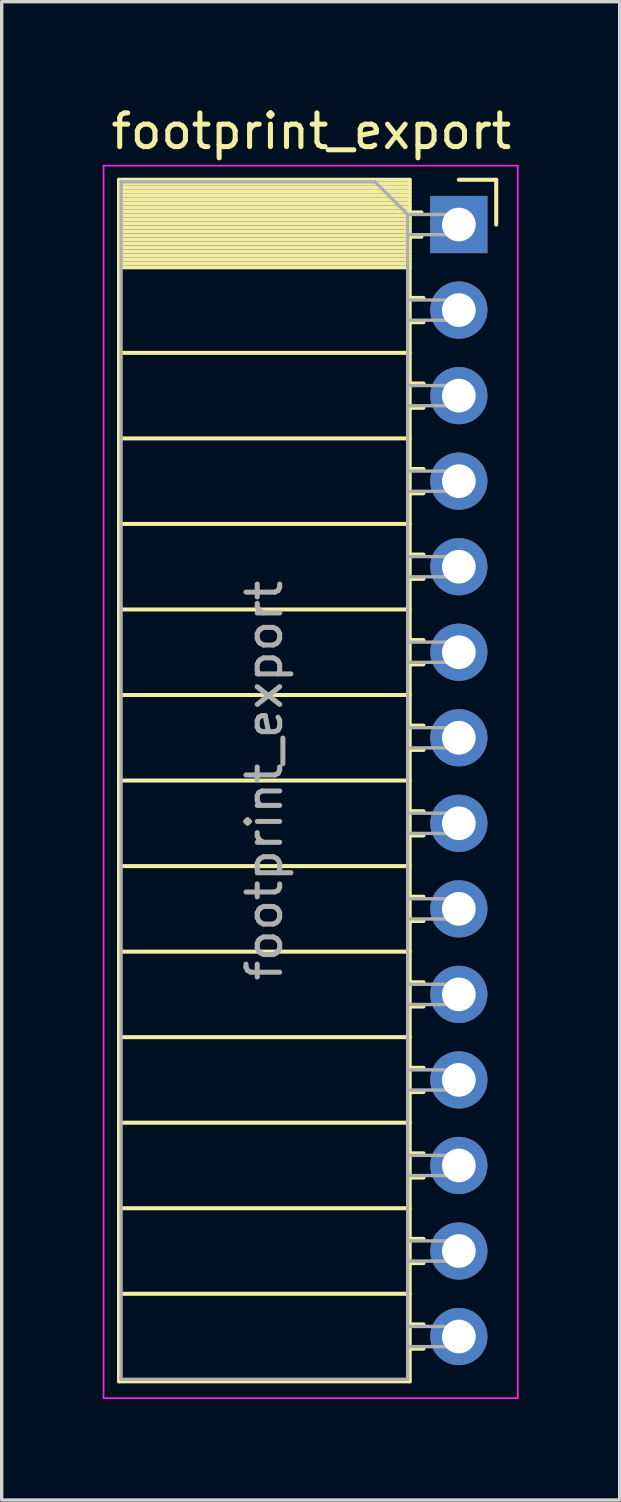
<source format=kicad_pcb>
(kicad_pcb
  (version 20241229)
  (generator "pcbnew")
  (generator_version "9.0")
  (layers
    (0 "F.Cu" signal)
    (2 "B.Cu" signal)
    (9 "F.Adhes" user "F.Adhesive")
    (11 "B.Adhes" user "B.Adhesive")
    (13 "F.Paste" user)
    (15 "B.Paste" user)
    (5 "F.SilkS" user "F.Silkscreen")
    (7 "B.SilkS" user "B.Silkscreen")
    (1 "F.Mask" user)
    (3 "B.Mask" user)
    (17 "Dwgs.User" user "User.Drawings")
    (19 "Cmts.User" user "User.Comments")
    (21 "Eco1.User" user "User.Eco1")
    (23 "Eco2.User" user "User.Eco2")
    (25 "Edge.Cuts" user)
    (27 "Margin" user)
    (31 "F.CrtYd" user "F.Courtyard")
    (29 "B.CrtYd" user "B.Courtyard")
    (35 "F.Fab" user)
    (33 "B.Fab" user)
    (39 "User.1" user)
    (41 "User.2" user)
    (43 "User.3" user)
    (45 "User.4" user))
  (footprint "footprint_export"
    (layer "F.Cu")
    (at 10.575 3.618)
    (property "Reference" "footprint_export" (at -4.38 -2.77 0) (layer "F.SilkS") (effects (font (size 1 1) (thickness 0.15))))
    (attr through_hole)
    (fp_line (start -10.09 -1.33) (end -10.09 34.35) (stroke (width 0.12) (type solid)) (layer "F.SilkS"))
    (fp_line (start -10.09 -1.33) (end -1.46 -1.33) (stroke (width 0.12) (type solid)) (layer "F.SilkS"))
    (fp_line (start -10.09 -1.21) (end -1.46 -1.21) (stroke (width 0.12) (type solid)) (layer "F.SilkS"))
    (fp_line (start -10.09 -1.092) (end -1.46 -1.092) (stroke (width 0.12) (type solid)) (layer "F.SilkS"))
    (fp_line (start -10.09 -0.974) (end -1.46 -0.974) (stroke (width 0.12) (type solid)) (layer "F.SilkS"))
    (fp_line (start -10.09 -0.856) (end -1.46 -0.856) (stroke (width 0.12) (type solid)) (layer "F.SilkS"))
    (fp_line (start -10.09 -0.738) (end -1.46 -0.738) (stroke (width 0.12) (type solid)) (layer "F.SilkS"))
    (fp_line (start -10.09 -0.62) (end -1.46 -0.62) (stroke (width 0.12) (type solid)) (layer "F.SilkS"))
    (fp_line (start -10.09 -0.501) (end -1.46 -0.501) (stroke (width 0.12) (type solid)) (layer "F.SilkS"))
    (fp_line (start -10.09 -0.383) (end -1.46 -0.383) (stroke (width 0.12) (type solid)) (layer "F.SilkS"))
    (fp_line (start -10.09 -0.265) (end -1.46 -0.265) (stroke (width 0.12) (type solid)) (layer "F.SilkS"))
    (fp_line (start -10.09 -0.147) (end -1.46 -0.147) (stroke (width 0.12) (type solid)) (layer "F.SilkS"))
    (fp_line (start -10.09 -0.029) (end -1.46 -0.029) (stroke (width 0.12) (type solid)) (layer "F.SilkS"))
    (fp_line (start -10.09 0.089) (end -1.46 0.089) (stroke (width 0.12) (type solid)) (layer "F.SilkS"))
    (fp_line (start -10.09 0.207) (end -1.46 0.207) (stroke (width 0.12) (type solid)) (layer "F.SilkS"))
    (fp_line (start -10.09 0.325) (end -1.46 0.325) (stroke (width 0.12) (type solid)) (layer "F.SilkS"))
    (fp_line (start -10.09 0.443) (end -1.46 0.443) (stroke (width 0.12) (type solid)) (layer "F.SilkS"))
    (fp_line (start -10.09 0.561) (end -1.46 0.561) (stroke (width 0.12) (type solid)) (layer "F.SilkS"))
    (fp_line (start -10.09 0.68) (end -1.46 0.68) (stroke (width 0.12) (type solid)) (layer "F.SilkS"))
    (fp_line (start -10.09 0.798) (end -1.46 0.798) (stroke (width 0.12) (type solid)) (layer "F.SilkS"))
    (fp_line (start -10.09 0.916) (end -1.46 0.916) (stroke (width 0.12) (type solid)) (layer "F.SilkS"))
    (fp_line (start -10.09 1.034) (end -1.46 1.034) (stroke (width 0.12) (type solid)) (layer "F.SilkS"))
    (fp_line (start -10.09 1.152) (end -1.46 1.152) (stroke (width 0.12) (type solid)) (layer "F.SilkS"))
    (fp_line (start -10.09 1.27) (end -1.46 1.27) (stroke (width 0.12) (type solid)) (layer "F.SilkS"))
    (fp_line (start -10.09 3.81) (end -1.46 3.81) (stroke (width 0.12) (type solid)) (layer "F.SilkS"))
    (fp_line (start -10.09 6.35) (end -1.46 6.35) (stroke (width 0.12) (type solid)) (layer "F.SilkS"))
    (fp_line (start -10.09 8.89) (end -1.46 8.89) (stroke (width 0.12) (type solid)) (layer "F.SilkS"))
    (fp_line (start -10.09 11.43) (end -1.46 11.43) (stroke (width 0.12) (type solid)) (layer "F.SilkS"))
    (fp_line (start -10.09 13.97) (end -1.46 13.97) (stroke (width 0.12) (type solid)) (layer "F.SilkS"))
    (fp_line (start -10.09 16.51) (end -1.46 16.51) (stroke (width 0.12) (type solid)) (layer "F.SilkS"))
    (fp_line (start -10.09 19.05) (end -1.46 19.05) (stroke (width 0.12) (type solid)) (layer "F.SilkS"))
    (fp_line (start -10.09 21.59) (end -1.46 21.59) (stroke (width 0.12) (type solid)) (layer "F.SilkS"))
    (fp_line (start -10.09 24.13) (end -1.46 24.13) (stroke (width 0.12) (type solid)) (layer "F.SilkS"))
    (fp_line (start -10.09 26.67) (end -1.46 26.67) (stroke (width 0.12) (type solid)) (layer "F.SilkS"))
    (fp_line (start -10.09 29.21) (end -1.46 29.21) (stroke (width 0.12) (type solid)) (layer "F.SilkS"))
    (fp_line (start -10.09 31.75) (end -1.46 31.75) (stroke (width 0.12) (type solid)) (layer "F.SilkS"))
    (fp_line (start -10.09 34.35) (end -1.46 34.35) (stroke (width 0.12) (type solid)) (layer "F.SilkS"))
    (fp_line (start -1.46 -1.33) (end -1.46 34.35) (stroke (width 0.12) (type solid)) (layer "F.SilkS"))
    (fp_line (start -1.46 -0.36) (end -1.11 -0.36) (stroke (width 0.12) (type solid)) (layer "F.SilkS"))
    (fp_line (start -1.46 0.36) (end -1.11 0.36) (stroke (width 0.12) (type solid)) (layer "F.SilkS"))
    (fp_line (start -1.46 2.18) (end -1.05 2.18) (stroke (width 0.12) (type solid)) (layer "F.SilkS"))
    (fp_line (start -1.46 2.9) (end -1.05 2.9) (stroke (width 0.12) (type solid)) (layer "F.SilkS"))
    (fp_line (start -1.46 4.72) (end -1.05 4.72) (stroke (width 0.12) (type solid)) (layer "F.SilkS"))
    (fp_line (start -1.46 5.44) (end -1.05 5.44) (stroke (width 0.12) (type solid)) (layer "F.SilkS"))
    (fp_line (start -1.46 7.26) (end -1.05 7.26) (stroke (width 0.12) (type solid)) (layer "F.SilkS"))
    (fp_line (start -1.46 7.98) (end -1.05 7.98) (stroke (width 0.12) (type solid)) (layer "F.SilkS"))
    (fp_line (start -1.46 9.8) (end -1.05 9.8) (stroke (width 0.12) (type solid)) (layer "F.SilkS"))
    (fp_line (start -1.46 10.52) (end -1.05 10.52) (stroke (width 0.12) (type solid)) (layer "F.SilkS"))
    (fp_line (start -1.46 12.34) (end -1.05 12.34) (stroke (width 0.12) (type solid)) (layer "F.SilkS"))
    (fp_line (start -1.46 13.06) (end -1.05 13.06) (stroke (width 0.12) (type solid)) (layer "F.SilkS"))
    (fp_line (start -1.46 14.88) (end -1.05 14.88) (stroke (width 0.12) (type solid)) (layer "F.SilkS"))
    (fp_line (start -1.46 15.6) (end -1.05 15.6) (stroke (width 0.12) (type solid)) (layer "F.SilkS"))
    (fp_line (start -1.46 17.42) (end -1.05 17.42) (stroke (width 0.12) (type solid)) (layer "F.SilkS"))
    (fp_line (start -1.46 18.14) (end -1.05 18.14) (stroke (width 0.12) (type solid)) (layer "F.SilkS"))
    (fp_line (start -1.46 19.96) (end -1.05 19.96) (stroke (width 0.12) (type solid)) (layer "F.SilkS"))
    (fp_line (start -1.46 20.68) (end -1.05 20.68) (stroke (width 0.12) (type solid)) (layer "F.SilkS"))
    (fp_line (start -1.46 22.5) (end -1.05 22.5) (stroke (width 0.12) (type solid)) (layer "F.SilkS"))
    (fp_line (start -1.46 23.22) (end -1.05 23.22) (stroke (width 0.12) (type solid)) (layer "F.SilkS"))
    (fp_line (start -1.46 25.04) (end -1.05 25.04) (stroke (width 0.12) (type solid)) (layer "F.SilkS"))
    (fp_line (start -1.46 25.76) (end -1.05 25.76) (stroke (width 0.12) (type solid)) (layer "F.SilkS"))
    (fp_line (start -1.46 27.58) (end -1.05 27.58) (stroke (width 0.12) (type solid)) (layer "F.SilkS"))
    (fp_line (start -1.46 28.3) (end -1.05 28.3) (stroke (width 0.12) (type solid)) (layer "F.SilkS"))
    (fp_line (start -1.46 30.12) (end -1.05 30.12) (stroke (width 0.12) (type solid)) (layer "F.SilkS"))
    (fp_line (start -1.46 30.84) (end -1.05 30.84) (stroke (width 0.12) (type solid)) (layer "F.SilkS"))
    (fp_line (start -1.46 32.66) (end -1.05 32.66) (stroke (width 0.12) (type solid)) (layer "F.SilkS"))
    (fp_line (start -1.46 33.38) (end -1.05 33.38) (stroke (width 0.12) (type solid)) (layer "F.SilkS"))
    (fp_line (start 0 -1.33) (end 1.11 -1.33) (stroke (width 0.12) (type solid)) (layer "F.SilkS"))
    (fp_line (start 1.11 -1.33) (end 1.11 0) (stroke (width 0.12) (type solid)) (layer "F.SilkS"))
    (fp_line (start -10.55 -1.75) (end -10.55 34.85) (stroke (width 0.05) (type solid)) (layer "F.CrtYd"))
    (fp_line (start -10.55 34.85) (end 1.75 34.85) (stroke (width 0.05) (type solid)) (layer "F.CrtYd"))
    (fp_line (start 1.75 -1.75) (end -10.55 -1.75) (stroke (width 0.05) (type solid)) (layer "F.CrtYd"))
    (fp_line (start 1.75 34.85) (end 1.75 -1.75) (stroke (width 0.05) (type solid)) (layer "F.CrtYd"))
    (fp_line (start -10.03 -1.27) (end -2.49 -1.27) (stroke (width 0.1) (type solid)) (layer "F.Fab"))
    (fp_line (start -10.03 34.29) (end -10.03 -1.27) (stroke (width 0.1) (type solid)) (layer "F.Fab"))
    (fp_line (start -2.49 -1.27) (end -1.52 -0.3) (stroke (width 0.1) (type solid)) (layer "F.Fab"))
    (fp_line (start -1.52 -0.3) (end -1.52 34.29) (stroke (width 0.1) (type solid)) (layer "F.Fab"))
    (fp_line (start -1.52 0.3) (end 0 0.3) (stroke (width 0.1) (type solid)) (layer "F.Fab"))
    (fp_line (start -1.52 2.84) (end 0 2.84) (stroke (width 0.1) (type solid)) (layer "F.Fab"))
    (fp_line (start -1.52 5.38) (end 0 5.38) (stroke (width 0.1) (type solid)) (layer "F.Fab"))
    (fp_line (start -1.52 7.92) (end 0 7.92) (stroke (width 0.1) (type solid)) (layer "F.Fab"))
    (fp_line (start -1.52 10.46) (end 0 10.46) (stroke (width 0.1) (type solid)) (layer "F.Fab"))
    (fp_line (start -1.52 13) (end 0 13) (stroke (width 0.1) (type solid)) (layer "F.Fab"))
    (fp_line (start -1.52 15.54) (end 0 15.54) (stroke (width 0.1) (type solid)) (layer "F.Fab"))
    (fp_line (start -1.52 18.08) (end 0 18.08) (stroke (width 0.1) (type solid)) (layer "F.Fab"))
    (fp_line (start -1.52 20.62) (end 0 20.62) (stroke (width 0.1) (type solid)) (layer "F.Fab"))
    (fp_line (start -1.52 23.16) (end 0 23.16) (stroke (width 0.1) (type solid)) (layer "F.Fab"))
    (fp_line (start -1.52 25.7) (end 0 25.7) (stroke (width 0.1) (type solid)) (layer "F.Fab"))
    (fp_line (start -1.52 28.24) (end 0 28.24) (stroke (width 0.1) (type solid)) (layer "F.Fab"))
    (fp_line (start -1.52 30.78) (end 0 30.78) (stroke (width 0.1) (type solid)) (layer "F.Fab"))
    (fp_line (start -1.52 33.32) (end 0 33.32) (stroke (width 0.1) (type solid)) (layer "F.Fab"))
    (fp_line (start -1.52 34.29) (end -10.03 34.29) (stroke (width 0.1) (type solid)) (layer "F.Fab"))
    (fp_line (start 0 -0.3) (end -1.52 -0.3) (stroke (width 0.1) (type solid)) (layer "F.Fab"))
    (fp_line (start 0 0.3) (end 0 -0.3) (stroke (width 0.1) (type solid)) (layer "F.Fab"))
    (fp_line (start 0 2.24) (end -1.52 2.24) (stroke (width 0.1) (type solid)) (layer "F.Fab"))
    (fp_line (start 0 2.84) (end 0 2.24) (stroke (width 0.1) (type solid)) (layer "F.Fab"))
    (fp_line (start 0 4.78) (end -1.52 4.78) (stroke (width 0.1) (type solid)) (layer "F.Fab"))
    (fp_line (start 0 5.38) (end 0 4.78) (stroke (width 0.1) (type solid)) (layer "F.Fab"))
    (fp_line (start 0 7.32) (end -1.52 7.32) (stroke (width 0.1) (type solid)) (layer "F.Fab"))
    (fp_line (start 0 7.92) (end 0 7.32) (stroke (width 0.1) (type solid)) (layer "F.Fab"))
    (fp_line (start 0 9.86) (end -1.52 9.86) (stroke (width 0.1) (type solid)) (layer "F.Fab"))
    (fp_line (start 0 10.46) (end 0 9.86) (stroke (width 0.1) (type solid)) (layer "F.Fab"))
    (fp_line (start 0 12.4) (end -1.52 12.4) (stroke (width 0.1) (type solid)) (layer "F.Fab"))
    (fp_line (start 0 13) (end 0 12.4) (stroke (width 0.1) (type solid)) (layer "F.Fab"))
    (fp_line (start 0 14.94) (end -1.52 14.94) (stroke (width 0.1) (type solid)) (layer "F.Fab"))
    (fp_line (start 0 15.54) (end 0 14.94) (stroke (width 0.1) (type solid)) (layer "F.Fab"))
    (fp_line (start 0 17.48) (end -1.52 17.48) (stroke (width 0.1) (type solid)) (layer "F.Fab"))
    (fp_line (start 0 18.08) (end 0 17.48) (stroke (width 0.1) (type solid)) (layer "F.Fab"))
    (fp_line (start 0 20.02) (end -1.52 20.02) (stroke (width 0.1) (type solid)) (layer "F.Fab"))
    (fp_line (start 0 20.62) (end 0 20.02) (stroke (width 0.1) (type solid)) (layer "F.Fab"))
    (fp_line (start 0 22.56) (end -1.52 22.56) (stroke (width 0.1) (type solid)) (layer "F.Fab"))
    (fp_line (start 0 23.16) (end 0 22.56) (stroke (width 0.1) (type solid)) (layer "F.Fab"))
    (fp_line (start 0 25.1) (end -1.52 25.1) (stroke (width 0.1) (type solid)) (layer "F.Fab"))
    (fp_line (start 0 25.7) (end 0 25.1) (stroke (width 0.1) (type solid)) (layer "F.Fab"))
    (fp_line (start 0 27.64) (end -1.52 27.64) (stroke (width 0.1) (type solid)) (layer "F.Fab"))
    (fp_line (start 0 28.24) (end 0 27.64) (stroke (width 0.1) (type solid)) (layer "F.Fab"))
    (fp_line (start 0 30.18) (end -1.52 30.18) (stroke (width 0.1) (type solid)) (layer "F.Fab"))
    (fp_line (start 0 30.78) (end 0 30.18) (stroke (width 0.1) (type solid)) (layer "F.Fab"))
    (fp_line (start 0 32.72) (end -1.52 32.72) (stroke (width 0.1) (type solid)) (layer "F.Fab"))
    (fp_line (start 0 33.32) (end 0 32.72) (stroke (width 0.1) (type solid)) (layer "F.Fab"))
    (fp_text user "${REFERENCE}" (at -5.775 16.51 90) (layer "F.Fab") (effects (font (size 1 1) (thickness 0.15))))
    (pad "1" thru_hole rect (at 0 0) (size 1.7 1.7) (drill 1) (layers "*.Cu" "*.Mask"))
    (pad "2" thru_hole oval (at 0 2.54) (size 1.7 1.7) (drill 1) (layers "*.Cu" "*.Mask"))
    (pad "3" thru_hole oval (at 0 5.08) (size 1.7 1.7) (drill 1) (layers "*.Cu" "*.Mask"))
    (pad "4" thru_hole oval (at 0 7.62) (size 1.7 1.7) (drill 1) (layers "*.Cu" "*.Mask"))
    (pad "5" thru_hole oval (at 0 10.16) (size 1.7 1.7) (drill 1) (layers "*.Cu" "*.Mask"))
    (pad "6" thru_hole oval (at 0 12.7) (size 1.7 1.7) (drill 1) (layers "*.Cu" "*.Mask"))
    (pad "7" thru_hole oval (at 0 15.24) (size 1.7 1.7) (drill 1) (layers "*.Cu" "*.Mask"))
    (pad "8" thru_hole oval (at 0 17.78) (size 1.7 1.7) (drill 1) (layers "*.Cu" "*.Mask"))
    (pad "9" thru_hole oval (at 0 20.32) (size 1.7 1.7) (drill 1) (layers "*.Cu" "*.Mask"))
    (pad "10" thru_hole oval (at 0 22.86) (size 1.7 1.7) (drill 1) (layers "*.Cu" "*.Mask"))
    (pad "11" thru_hole oval (at 0 25.4) (size 1.7 1.7) (drill 1) (layers "*.Cu" "*.Mask"))
    (pad "12" thru_hole oval (at 0 27.94) (size 1.7 1.7) (drill 1) (layers "*.Cu" "*.Mask"))
    (pad "13" thru_hole oval (at 0 30.48) (size 1.7 1.7) (drill 1) (layers "*.Cu" "*.Mask"))
    (pad "14" thru_hole oval (at 0 33.02) (size 1.7 1.7) (drill 1) (layers "*.Cu" "*.Mask")))
  (gr_rect
    (start -3 -3)
    (end 15.35 41.493)
    (stroke (width 0.1) (type default))
    (fill no)
    (layer "Edge.Cuts")))
</source>
